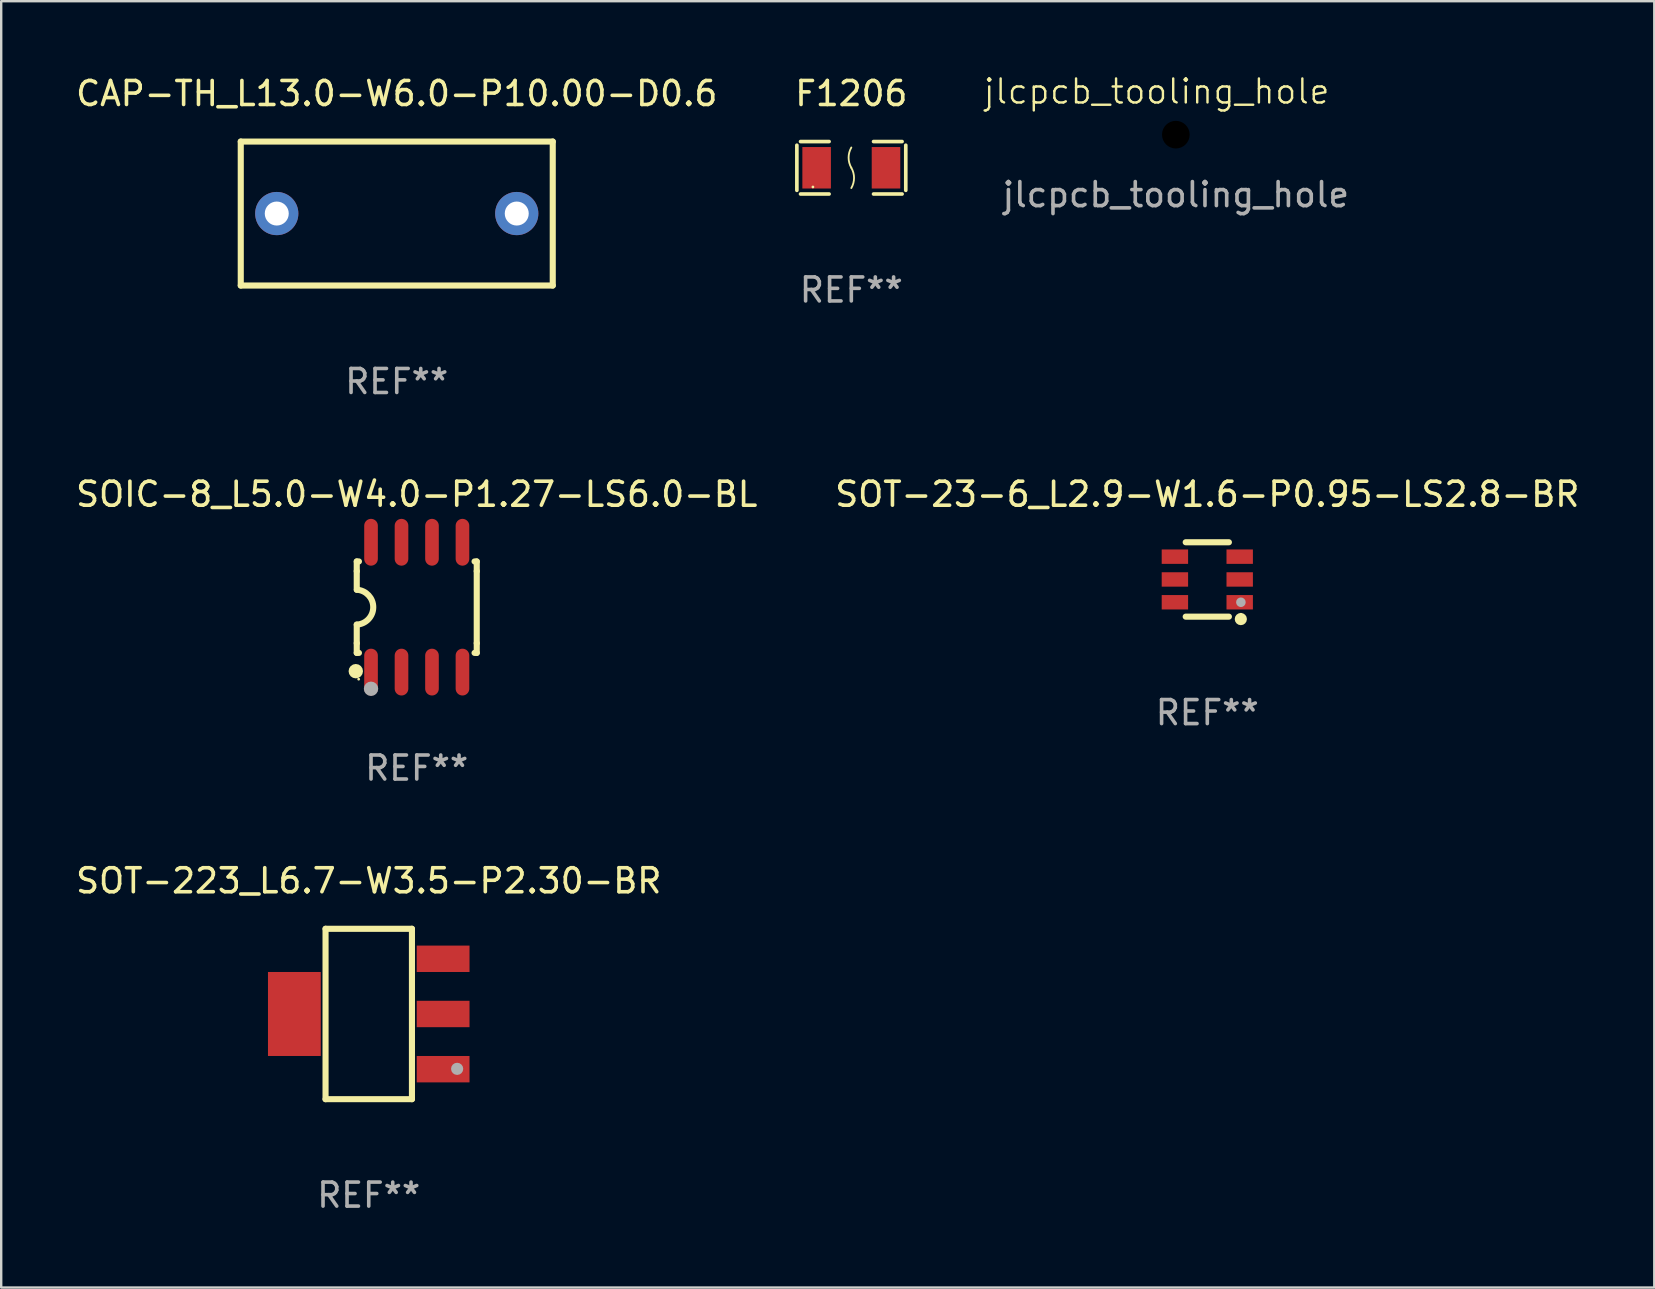
<source format=kicad_pcb>
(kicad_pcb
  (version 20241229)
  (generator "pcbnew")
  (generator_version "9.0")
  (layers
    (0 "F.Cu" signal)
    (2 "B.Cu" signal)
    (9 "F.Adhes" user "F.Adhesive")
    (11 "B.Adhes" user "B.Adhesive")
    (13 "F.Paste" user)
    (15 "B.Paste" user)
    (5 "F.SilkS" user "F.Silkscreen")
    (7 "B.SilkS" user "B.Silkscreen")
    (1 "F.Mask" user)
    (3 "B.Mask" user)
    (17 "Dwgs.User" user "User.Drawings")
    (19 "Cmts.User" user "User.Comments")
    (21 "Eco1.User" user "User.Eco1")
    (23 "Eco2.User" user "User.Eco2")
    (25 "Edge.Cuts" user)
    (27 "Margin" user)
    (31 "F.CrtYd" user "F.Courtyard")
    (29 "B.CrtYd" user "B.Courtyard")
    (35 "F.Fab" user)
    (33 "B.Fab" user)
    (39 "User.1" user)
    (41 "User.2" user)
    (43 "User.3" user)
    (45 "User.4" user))
  (footprint "F1206"
    (layer "F.Cu")
    (at 32.423 3.941)
    (property "Reference" "F1206" (at 0 -3.093 0) (layer "F.SilkS") (effects (font (size 1 1) (thickness 0.15))))
    (attr smd)
    (fp_line (start -2.269 -0.94) (end -2.269 0.94) (stroke (width 0.152) (type solid)) (layer "F.SilkS"))
    (fp_line (start -2.116 1.093) (end -0.926 1.093) (stroke (width 0.152) (type solid)) (layer "F.SilkS"))
    (fp_line (start -0.926 -1.093) (end -2.116 -1.093) (stroke (width 0.152) (type solid)) (layer "F.SilkS"))
    (fp_line (start 0.926 -1.093) (end 2.116 -1.093) (stroke (width 0.152) (type solid)) (layer "F.SilkS"))
    (fp_line (start 2.116 1.093) (end 0.926 1.093) (stroke (width 0.152) (type solid)) (layer "F.SilkS"))
    (fp_line (start 2.269 -0.94) (end 2.269 0.94) (stroke (width 0.152) (type solid)) (layer "F.SilkS"))
    (fp_arc (start 0 0) (mid -0.113202 -0.422475) (end 0 -0.844951) (stroke (width 0.0762) (type solid)) (layer "F.SilkS"))
    (fp_arc (start 0 0) (mid 0.113202 0.422475) (end 0 0.844951) (stroke (width 0.0762) (type solid)) (layer "F.SilkS"))
    (fp_circle (center -1.6 0.8) (end -1.57 0.8) (stroke (width 0.06) (type solid)) (fill no) (layer "F.SilkS"))
    (fp_text user "REF**" (at 0 5.093 0) (layer "F.Fab") (effects (font (size 1 1) (thickness 0.15))))
    (pad "1" smd rect (at -1.445 0) (size 1.19 1.728) (layers "F.Cu" "F.Mask" "F.Paste"))
    (pad "2" smd rect (at 1.445 0) (size 1.19 1.728) (layers "F.Cu" "F.Mask" "F.Paste")))
  (footprint "CAP-TH_L13.0-W6.0-P10.00-D0.6"
    (layer "F.Cu")
    (at 13.482 5.848)
    (property "Reference" "CAP-TH_L13.0-W6.0-P10.00-D0.6" (at 0.000127 -5 0) (layer "F.SilkS") (effects (font (size 1 1) (thickness 0.15))))
    (attr through_hole)
    (fp_line (start -6.5 -3) (end 6.5 -3) (stroke (width 0.254) (type solid)) (layer "F.SilkS"))
    (fp_line (start -6.5 3) (end -6.5 -3) (stroke (width 0.254) (type solid)) (layer "F.SilkS"))
    (fp_line (start 6.5 -3) (end 6.5 3) (stroke (width 0.254) (type solid)) (layer "F.SilkS"))
    (fp_line (start 6.5 3) (end -6.5 3) (stroke (width 0.254) (type solid)) (layer "F.SilkS"))
    (fp_circle (center -6.5 3) (end -6.47 3) (stroke (width 0.06) (type solid)) (fill no) (layer "F.SilkS"))
    (fp_text user "REF**" (at 0.000127 7 0) (layer "F.Fab") (effects (font (size 1 1) (thickness 0.15))))
    (pad "1" thru_hole circle (at -5 0) (size 1.8 1.8) (drill 1) (layers "*.Cu" "*.Mask"))
    (pad "2" thru_hole circle (at 5 0) (size 1.8 1.8) (drill 1) (layers "*.Cu" "*.Mask")))
  (footprint "SOIC-8_L5.0-W4.0-P1.27-LS6.0-BL"
    (layer "F.Cu")
    (at 14.315 22.25)
    (property "Reference" "SOIC-8_L5.0-W4.0-P1.27-LS6.0-BL" (at 0 -4.705 0) (layer "F.SilkS") (effects (font (size 1 1) (thickness 0.15))))
    (attr smd)
    (fp_line (start -2.5 -1.905) (end -2.409 -1.905) (stroke (width 0.254) (type solid)) (layer "F.SilkS"))
    (fp_line (start -2.5 -1.5) (end -2.5 -1.905) (stroke (width 0.254) (type solid)) (layer "F.SilkS"))
    (fp_line (start -2.5 -1.5) (end -2.5 -0.726) (stroke (width 0.254) (type solid)) (layer "F.SilkS"))
    (fp_line (start -2.5 1.5) (end -2.5 0.727) (stroke (width 0.254) (type solid)) (layer "F.SilkS"))
    (fp_line (start -2.5 1.5) (end -2.5 1.905) (stroke (width 0.254) (type solid)) (layer "F.SilkS"))
    (fp_line (start -2.5 1.905) (end -2.409 1.905) (stroke (width 0.254) (type solid)) (layer "F.SilkS"))
    (fp_line (start 2.5 -1.905) (end 2.409 -1.905) (stroke (width 0.254) (type solid)) (layer "F.SilkS"))
    (fp_line (start 2.5 -1.5) (end 2.5 -1.905) (stroke (width 0.254) (type solid)) (layer "F.SilkS"))
    (fp_line (start 2.5 -1.5) (end 2.5 1.5) (stroke (width 0.254) (type solid)) (layer "F.SilkS"))
    (fp_line (start 2.5 1.5) (end 2.5 1.905) (stroke (width 0.254) (type solid)) (layer "F.SilkS"))
    (fp_line (start 2.5 1.905) (end 2.409 1.905) (stroke (width 0.254) (type solid)) (layer "F.SilkS"))
    (fp_arc (start -2.495098 -0.726289) (mid -1.812145 0.002452) (end -2.499999 0.726568) (stroke (width 0.254001) (type solid)) (layer "F.SilkS"))
    (fp_circle (center -2.54 2.667) (end -2.39 2.667) (stroke (width 0.3) (type solid)) (fill no) (layer "F.SilkS"))
    (fp_circle (center -2.42 3) (end -2.39 3) (stroke (width 0.06) (type solid)) (fill no) (layer "F.SilkS"))
    (fp_circle (center -1.905 3.4) (end -1.755 3.4) (stroke (width 0.3) (type solid)) (fill no) (layer "F.Fab"))
    (fp_text user "REF**" (at 0 6.705 0) (layer "F.Fab") (effects (font (size 1 1) (thickness 0.15))))
    (pad "1" smd oval (at -1.905 2.705) (size 0.568 1.95) (layers "F.Cu" "F.Mask" "F.Paste"))
    (pad "2" smd oval (at -0.635 2.705) (size 0.568 1.95) (layers "F.Cu" "F.Mask" "F.Paste"))
    (pad "3" smd oval (at 0.635 2.705) (size 0.568 1.95) (layers "F.Cu" "F.Mask" "F.Paste"))
    (pad "4" smd oval (at 1.905 2.705) (size 0.568 1.95) (layers "F.Cu" "F.Mask" "F.Paste"))
    (pad "5" smd oval (at 1.905 -2.705) (size 0.568 1.95) (layers "F.Cu" "F.Mask" "F.Paste"))
    (pad "6" smd oval (at 0.635 -2.705) (size 0.568 1.95) (layers "F.Cu" "F.Mask" "F.Paste"))
    (pad "7" smd oval (at -0.635 -2.705) (size 0.568 1.95) (layers "F.Cu" "F.Mask" "F.Paste"))
    (pad "8" smd oval (at -1.905 -2.705) (size 0.568 1.95) (layers "F.Cu" "F.Mask" "F.Paste")))
  (footprint "SOT-223_L6.7-W3.5-P2.30-BR"
    (layer "F.Cu")
    (at 12.315 39.201)
    (property "Reference" "SOT-223_L6.7-W3.5-P2.30-BR" (at 0 -5.55 0) (layer "F.SilkS") (effects (font (size 1 1) (thickness 0.15))))
    (attr smd)
    (fp_line (start -1.8 -3.55) (end 1.8 -3.55) (stroke (width 0.254) (type solid)) (layer "F.SilkS"))
    (fp_line (start -1.8 3.55) (end -1.8 -3.55) (stroke (width 0.254) (type solid)) (layer "F.SilkS"))
    (fp_line (start -1.8 3.55) (end 1.8 3.55) (stroke (width 0.254) (type solid)) (layer "F.SilkS"))
    (fp_line (start 1.8 3.55) (end 1.8 -3.55) (stroke (width 0.254) (type solid)) (layer "F.SilkS"))
    (fp_circle (center 1.8 3.55) (end 1.85 3.55) (stroke (width 0.1) (type solid)) (fill no) (layer "F.SilkS"))
    (fp_circle (center 3.683 2.286) (end 3.81 2.286) (stroke (width 0.254) (type solid)) (fill no) (layer "F.Fab"))
    (fp_text user "REF**" (at 0 7.55 0) (layer "F.Fab") (effects (font (size 1 1) (thickness 0.15))))
    (pad "1" smd rect (at 3.099 2.3 90) (size 1.1 2.2) (layers "F.Cu" "F.Mask" "F.Paste"))
    (pad "2" smd rect (at 3.099 0 90) (size 1.1 2.2) (layers "F.Cu" "F.Mask" "F.Paste"))
    (pad "3" smd rect (at 3.099 -2.3 90) (size 1.1 2.2) (layers "F.Cu" "F.Mask" "F.Paste"))
    (pad "4" smd rect (at -3.099 0) (size 2.2 3.5) (layers "F.Cu" "F.Mask" "F.Paste")))
  (footprint "jlcpcb_tooling_hole"
    (layer "F.Cu")
    (at 45.945 2.561)
    (property "Reference" "jlcpcb_tooling_hole" (at -0.8 -1.8 0) (unlocked yes) (layer "F.SilkS") (effects (font (size 1 1) (thickness 0.1))))
    (attr through_hole)
    (fp_text user "${REFERENCE}" (at 0 2.5 0) (unlocked yes) (layer "F.Fab") (effects (font (size 1 1) (thickness 0.15))))
    (pad "" np_thru_hole circle (at 0 0) (size 1.152 1.152) (drill 1.152) (layers "*.Mask")))
  (footprint "SOT-23-6_L2.9-W1.6-P0.95-LS2.8-BR"
    (layer "F.Cu")
    (at 47.256 21.095)
    (property "Reference" "SOT-23-6_L2.9-W1.6-P0.95-LS2.8-BR" (at 0 -3.55 0) (layer "F.SilkS") (effects (font (size 1 1) (thickness 0.15))))
    (attr smd)
    (fp_line (start -0.9 -1.55) (end 0.9 -1.55) (stroke (width 0.254) (type solid)) (layer "F.SilkS"))
    (fp_line (start -0.9 1.55) (end 0.9 1.55) (stroke (width 0.254) (type solid)) (layer "F.SilkS"))
    (fp_circle (center 1.397 1.651) (end 1.524 1.651) (stroke (width 0.254) (type solid)) (fill no) (layer "F.SilkS"))
    (fp_circle (center 1.4 1.45) (end 1.43 1.45) (stroke (width 0.06) (type solid)) (fill no) (layer "F.SilkS"))
    (fp_circle (center 1.4 0.95) (end 1.5 0.95) (stroke (width 0.2) (type solid)) (fill no) (layer "F.Fab"))
    (fp_text user "REF**" (at 0 5.55 0) (layer "F.Fab") (effects (font (size 1 1) (thickness 0.15))))
    (pad "1" smd rect (at 1.35 0.95) (size 1.1 0.6) (layers "F.Cu" "F.Mask" "F.Paste"))
    (pad "2" smd rect (at 1.35 0) (size 1.1 0.6) (layers "F.Cu" "F.Mask" "F.Paste"))
    (pad "3" smd rect (at 1.35 -0.95) (size 1.1 0.6) (layers "F.Cu" "F.Mask" "F.Paste"))
    (pad "4" smd rect (at -1.35 -0.95) (size 1.1 0.6) (layers "F.Cu" "F.Mask" "F.Paste"))
    (pad "5" smd rect (at -1.35 0) (size 1.1 0.6) (layers "F.Cu" "F.Mask" "F.Paste"))
    (pad "6" smd rect (at -1.35 0.95) (size 1.1 0.6) (layers "F.Cu" "F.Mask" "F.Paste")))
  (gr_rect
    (start -3 -3)
    (end 65.881 50.6)
    (stroke (width 0.1) (type default))
    (fill no)
    (layer "Edge.Cuts")))
</source>
